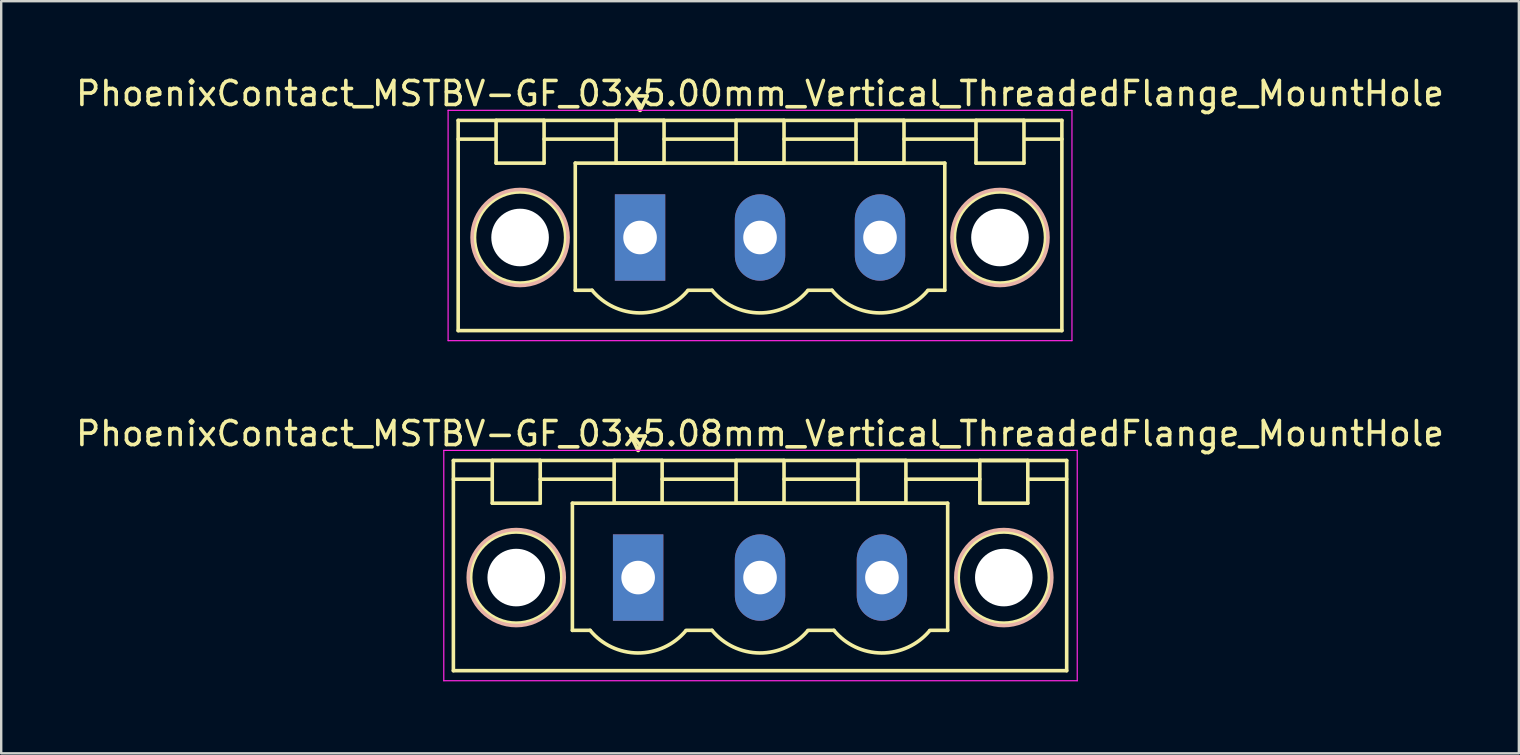
<source format=kicad_pcb>
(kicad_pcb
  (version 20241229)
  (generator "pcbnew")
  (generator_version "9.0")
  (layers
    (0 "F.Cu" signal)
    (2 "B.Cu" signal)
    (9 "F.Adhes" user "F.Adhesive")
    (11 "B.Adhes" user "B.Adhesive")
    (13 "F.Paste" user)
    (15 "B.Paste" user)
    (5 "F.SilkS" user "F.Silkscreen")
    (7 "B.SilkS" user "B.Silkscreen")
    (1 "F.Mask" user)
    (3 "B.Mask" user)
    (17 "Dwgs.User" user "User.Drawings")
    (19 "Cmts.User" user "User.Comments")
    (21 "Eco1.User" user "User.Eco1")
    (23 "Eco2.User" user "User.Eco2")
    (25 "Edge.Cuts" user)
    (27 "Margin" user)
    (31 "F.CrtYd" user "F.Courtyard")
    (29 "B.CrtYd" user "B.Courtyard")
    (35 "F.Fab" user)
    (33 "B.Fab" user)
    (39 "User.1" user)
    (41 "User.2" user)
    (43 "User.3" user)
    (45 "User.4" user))
  (footprint "PhoenixContact_MSTBV-GF_03x5.08mm_Vertical_ThreadedFlange_MountHole"
    (layer "F.Cu")
    (at 23.545 21.021)
    (property "Reference" "PhoenixContact_MSTBV-GF_03x5.08mm_Vertical_ThreadedFlange_MountHole" (at 5.08 -6 0) (layer "F.SilkS") (effects (font (size 1 1) (thickness 0.15))))
    (attr through_hole)
    (fp_line (start -7.7 -4.88) (end -7.7 3.88) (stroke (width 0.15) (type solid)) (layer "F.SilkS"))
    (fp_line (start -7.7 -4.1) (end -6.16 -4.1) (stroke (width 0.15) (type solid)) (layer "F.SilkS"))
    (fp_line (start -7.7 3.88) (end 17.86 3.88) (stroke (width 0.15) (type solid)) (layer "F.SilkS"))
    (fp_line (start -6.08 -4.88) (end -4.08 -4.88) (stroke (width 0.15) (type solid)) (layer "F.SilkS"))
    (fp_line (start -6.08 -3.1) (end -6.08 -4.88) (stroke (width 0.15) (type solid)) (layer "F.SilkS"))
    (fp_line (start -4.08 -4.88) (end -4.08 -3.1) (stroke (width 0.15) (type solid)) (layer "F.SilkS"))
    (fp_line (start -4.08 -4.1) (end -1 -4.1) (stroke (width 0.15) (type solid)) (layer "F.SilkS"))
    (fp_line (start -4.08 -3.1) (end -6.08 -3.1) (stroke (width 0.15) (type solid)) (layer "F.SilkS"))
    (fp_line (start -2.74 -3.1) (end 12.9 -3.1) (stroke (width 0.15) (type solid)) (layer "F.SilkS"))
    (fp_line (start -2.74 2.2) (end -2.74 -3.1) (stroke (width 0.15) (type solid)) (layer "F.SilkS"))
    (fp_line (start -2 2.2) (end -2.74 2.2) (stroke (width 0.15) (type solid)) (layer "F.SilkS"))
    (fp_line (start -1 -4.88) (end 1 -4.88) (stroke (width 0.15) (type solid)) (layer "F.SilkS"))
    (fp_line (start -1 -3.1) (end -1 -4.88) (stroke (width 0.15) (type solid)) (layer "F.SilkS"))
    (fp_line (start -0.3 -5.9) (end 0 -5.3) (stroke (width 0.15) (type solid)) (layer "F.SilkS"))
    (fp_line (start 0 -5.3) (end 0.3 -5.9) (stroke (width 0.15) (type solid)) (layer "F.SilkS"))
    (fp_line (start 0.3 -5.9) (end -0.3 -5.9) (stroke (width 0.15) (type solid)) (layer "F.SilkS"))
    (fp_line (start 1 -4.88) (end 1 -3.1) (stroke (width 0.15) (type solid)) (layer "F.SilkS"))
    (fp_line (start 1 -4.1) (end 4.08 -4.1) (stroke (width 0.15) (type solid)) (layer "F.SilkS"))
    (fp_line (start 1 -3.1) (end -1 -3.1) (stroke (width 0.15) (type solid)) (layer "F.SilkS"))
    (fp_line (start 2 2.2) (end 3.08 2.2) (stroke (width 0.15) (type solid)) (layer "F.SilkS"))
    (fp_line (start 4.08 -4.88) (end 6.08 -4.88) (stroke (width 0.15) (type solid)) (layer "F.SilkS"))
    (fp_line (start 4.08 -3.1) (end 4.08 -4.88) (stroke (width 0.15) (type solid)) (layer "F.SilkS"))
    (fp_line (start 6.08 -4.88) (end 6.08 -3.1) (stroke (width 0.15) (type solid)) (layer "F.SilkS"))
    (fp_line (start 6.08 -4.1) (end 9.16 -4.1) (stroke (width 0.15) (type solid)) (layer "F.SilkS"))
    (fp_line (start 6.08 -3.1) (end 4.08 -3.1) (stroke (width 0.15) (type solid)) (layer "F.SilkS"))
    (fp_line (start 7.08 2.2) (end 8.16 2.2) (stroke (width 0.15) (type solid)) (layer "F.SilkS"))
    (fp_line (start 9.16 -4.88) (end 11.16 -4.88) (stroke (width 0.15) (type solid)) (layer "F.SilkS"))
    (fp_line (start 9.16 -3.1) (end 9.16 -4.88) (stroke (width 0.15) (type solid)) (layer "F.SilkS"))
    (fp_line (start 11.16 -4.88) (end 11.16 -3.1) (stroke (width 0.15) (type solid)) (layer "F.SilkS"))
    (fp_line (start 11.16 -4.1) (end 14.24 -4.1) (stroke (width 0.15) (type solid)) (layer "F.SilkS"))
    (fp_line (start 11.16 -3.1) (end 9.16 -3.1) (stroke (width 0.15) (type solid)) (layer "F.SilkS"))
    (fp_line (start 12.9 -3.1) (end 12.9 2.2) (stroke (width 0.15) (type solid)) (layer "F.SilkS"))
    (fp_line (start 12.9 2.2) (end 12.16 2.2) (stroke (width 0.15) (type solid)) (layer "F.SilkS"))
    (fp_line (start 14.24 -4.88) (end 16.24 -4.88) (stroke (width 0.15) (type solid)) (layer "F.SilkS"))
    (fp_line (start 14.24 -3.1) (end 14.24 -4.88) (stroke (width 0.15) (type solid)) (layer "F.SilkS"))
    (fp_line (start 16.24 -4.88) (end 16.24 -3.1) (stroke (width 0.15) (type solid)) (layer "F.SilkS"))
    (fp_line (start 16.24 -3.1) (end 14.24 -3.1) (stroke (width 0.15) (type solid)) (layer "F.SilkS"))
    (fp_line (start 17.86 -4.88) (end -7.7 -4.88) (stroke (width 0.15) (type solid)) (layer "F.SilkS"))
    (fp_line (start 17.86 -4.1) (end 16.32 -4.1) (stroke (width 0.15) (type solid)) (layer "F.SilkS"))
    (fp_line (start 17.86 3.88) (end 17.86 -4.88) (stroke (width 0.15) (type solid)) (layer "F.SilkS"))
    (fp_arc (start 1.986842 2.215821) (mid -0.010289 3.142758) (end -2 2.2) (stroke (width 0.15) (type solid)) (layer "F.SilkS"))
    (fp_arc (start 7.066842 2.215821) (mid 5.069711 3.142758) (end 3.08 2.2) (stroke (width 0.15) (type solid)) (layer "F.SilkS"))
    (fp_arc (start 12.146842 2.215821) (mid 10.149711 3.142758) (end 8.16 2.2) (stroke (width 0.15) (type solid)) (layer "F.SilkS"))
    (fp_circle (center -5.08 0) (end -3.18 0) (stroke (width 0.15) (type solid)) (fill no) (layer "F.SilkS"))
    (fp_circle (center 15.24 0) (end 17.14 0) (stroke (width 0.15) (type solid)) (fill no) (layer "F.SilkS"))
    (fp_circle (center -5.08 0) (end -3.08 0) (stroke (width 0.15) (type solid)) (fill no) (layer "B.SilkS"))
    (fp_circle (center 15.24 0) (end 17.24 0) (stroke (width 0.15) (type solid)) (fill no) (layer "B.SilkS"))
    (fp_line (start -8.1 -5.3) (end -8.1 4.3) (stroke (width 0.05) (type solid)) (layer "F.CrtYd"))
    (fp_line (start -8.1 4.3) (end 18.3 4.3) (stroke (width 0.05) (type solid)) (layer "F.CrtYd"))
    (fp_line (start 18.3 -5.3) (end -8.1 -5.3) (stroke (width 0.05) (type solid)) (layer "F.CrtYd"))
    (fp_line (start 18.3 4.3) (end 18.3 -5.3) (stroke (width 0.05) (type solid)) (layer "F.CrtYd"))
    (pad "" np_thru_hole circle (at -5.08 0) (size 2.4 2.4) (drill 2.4) (layers "*.Cu" "*.Mask"))
    (pad "" np_thru_hole circle (at 15.24 0) (size 2.4 2.4) (drill 2.4) (layers "*.Cu" "*.Mask"))
    (pad "1" thru_hole rect (at 0 0) (size 2.1 3.6) (drill 1.4) (layers "*.Cu" "*.Mask"))
    (pad "2" thru_hole oval (at 5.08 0) (size 2.1 3.6) (drill 1.4) (layers "*.Cu" "*.Mask"))
    (pad "3" thru_hole oval (at 10.16 0) (size 2.1 3.6) (drill 1.4) (layers "*.Cu" "*.Mask")))
  (footprint "PhoenixContact_MSTBV-GF_03x5.00mm_Vertical_ThreadedFlange_MountHole"
    (layer "F.Cu")
    (at 23.625 6.848)
    (property "Reference" "PhoenixContact_MSTBV-GF_03x5.00mm_Vertical_ThreadedFlange_MountHole" (at 5 -6 0) (layer "F.SilkS") (effects (font (size 1 1) (thickness 0.15))))
    (attr through_hole)
    (fp_line (start -7.58 -4.88) (end -7.58 3.88) (stroke (width 0.15) (type solid)) (layer "F.SilkS"))
    (fp_line (start -7.58 -4.1) (end -6.08 -4.1) (stroke (width 0.15) (type solid)) (layer "F.SilkS"))
    (fp_line (start -7.58 3.88) (end 17.58 3.88) (stroke (width 0.15) (type solid)) (layer "F.SilkS"))
    (fp_line (start -6 -4.88) (end -4 -4.88) (stroke (width 0.15) (type solid)) (layer "F.SilkS"))
    (fp_line (start -6 -3.1) (end -6 -4.88) (stroke (width 0.15) (type solid)) (layer "F.SilkS"))
    (fp_line (start -4 -4.88) (end -4 -3.1) (stroke (width 0.15) (type solid)) (layer "F.SilkS"))
    (fp_line (start -4 -4.1) (end -1 -4.1) (stroke (width 0.15) (type solid)) (layer "F.SilkS"))
    (fp_line (start -4 -3.1) (end -6 -3.1) (stroke (width 0.15) (type solid)) (layer "F.SilkS"))
    (fp_line (start -2.7 -3.1) (end 12.7 -3.1) (stroke (width 0.15) (type solid)) (layer "F.SilkS"))
    (fp_line (start -2.7 2.2) (end -2.7 -3.1) (stroke (width 0.15) (type solid)) (layer "F.SilkS"))
    (fp_line (start -2 2.2) (end -2.7 2.2) (stroke (width 0.15) (type solid)) (layer "F.SilkS"))
    (fp_line (start -1 -4.88) (end 1 -4.88) (stroke (width 0.15) (type solid)) (layer "F.SilkS"))
    (fp_line (start -1 -3.1) (end -1 -4.88) (stroke (width 0.15) (type solid)) (layer "F.SilkS"))
    (fp_line (start -0.3 -5.9) (end 0 -5.3) (stroke (width 0.15) (type solid)) (layer "F.SilkS"))
    (fp_line (start 0 -5.3) (end 0.3 -5.9) (stroke (width 0.15) (type solid)) (layer "F.SilkS"))
    (fp_line (start 0.3 -5.9) (end -0.3 -5.9) (stroke (width 0.15) (type solid)) (layer "F.SilkS"))
    (fp_line (start 1 -4.88) (end 1 -3.1) (stroke (width 0.15) (type solid)) (layer "F.SilkS"))
    (fp_line (start 1 -4.1) (end 4 -4.1) (stroke (width 0.15) (type solid)) (layer "F.SilkS"))
    (fp_line (start 1 -3.1) (end -1 -3.1) (stroke (width 0.15) (type solid)) (layer "F.SilkS"))
    (fp_line (start 2 2.2) (end 3 2.2) (stroke (width 0.15) (type solid)) (layer "F.SilkS"))
    (fp_line (start 4 -4.88) (end 6 -4.88) (stroke (width 0.15) (type solid)) (layer "F.SilkS"))
    (fp_line (start 4 -3.1) (end 4 -4.88) (stroke (width 0.15) (type solid)) (layer "F.SilkS"))
    (fp_line (start 6 -4.88) (end 6 -3.1) (stroke (width 0.15) (type solid)) (layer "F.SilkS"))
    (fp_line (start 6 -4.1) (end 9 -4.1) (stroke (width 0.15) (type solid)) (layer "F.SilkS"))
    (fp_line (start 6 -3.1) (end 4 -3.1) (stroke (width 0.15) (type solid)) (layer "F.SilkS"))
    (fp_line (start 7 2.2) (end 8 2.2) (stroke (width 0.15) (type solid)) (layer "F.SilkS"))
    (fp_line (start 9 -4.88) (end 11 -4.88) (stroke (width 0.15) (type solid)) (layer "F.SilkS"))
    (fp_line (start 9 -3.1) (end 9 -4.88) (stroke (width 0.15) (type solid)) (layer "F.SilkS"))
    (fp_line (start 11 -4.88) (end 11 -3.1) (stroke (width 0.15) (type solid)) (layer "F.SilkS"))
    (fp_line (start 11 -4.1) (end 14 -4.1) (stroke (width 0.15) (type solid)) (layer "F.SilkS"))
    (fp_line (start 11 -3.1) (end 9 -3.1) (stroke (width 0.15) (type solid)) (layer "F.SilkS"))
    (fp_line (start 12.7 -3.1) (end 12.7 2.2) (stroke (width 0.15) (type solid)) (layer "F.SilkS"))
    (fp_line (start 12.7 2.2) (end 12 2.2) (stroke (width 0.15) (type solid)) (layer "F.SilkS"))
    (fp_line (start 14 -4.88) (end 16 -4.88) (stroke (width 0.15) (type solid)) (layer "F.SilkS"))
    (fp_line (start 14 -3.1) (end 14 -4.88) (stroke (width 0.15) (type solid)) (layer "F.SilkS"))
    (fp_line (start 16 -4.88) (end 16 -3.1) (stroke (width 0.15) (type solid)) (layer "F.SilkS"))
    (fp_line (start 16 -3.1) (end 14 -3.1) (stroke (width 0.15) (type solid)) (layer "F.SilkS"))
    (fp_line (start 17.58 -4.88) (end -7.58 -4.88) (stroke (width 0.15) (type solid)) (layer "F.SilkS"))
    (fp_line (start 17.58 -4.1) (end 16.08 -4.1) (stroke (width 0.15) (type solid)) (layer "F.SilkS"))
    (fp_line (start 17.58 3.88) (end 17.58 -4.88) (stroke (width 0.15) (type solid)) (layer "F.SilkS"))
    (fp_arc (start 1.986842 2.215821) (mid -0.010289 3.142758) (end -2 2.2) (stroke (width 0.15) (type solid)) (layer "F.SilkS"))
    (fp_arc (start 6.986842 2.215821) (mid 4.989711 3.142758) (end 3 2.2) (stroke (width 0.15) (type solid)) (layer "F.SilkS"))
    (fp_arc (start 11.986842 2.215821) (mid 9.989711 3.142758) (end 8 2.2) (stroke (width 0.15) (type solid)) (layer "F.SilkS"))
    (fp_circle (center -5 0) (end -3.1 0) (stroke (width 0.15) (type solid)) (fill no) (layer "F.SilkS"))
    (fp_circle (center 15 0) (end 16.9 0) (stroke (width 0.15) (type solid)) (fill no) (layer "F.SilkS"))
    (fp_circle (center -5 0) (end -3 0) (stroke (width 0.15) (type solid)) (fill no) (layer "B.SilkS"))
    (fp_circle (center 15 0) (end 17 0) (stroke (width 0.15) (type solid)) (fill no) (layer "B.SilkS"))
    (fp_line (start -8 -5.3) (end -8 4.3) (stroke (width 0.05) (type solid)) (layer "F.CrtYd"))
    (fp_line (start -8 4.3) (end 18 4.3) (stroke (width 0.05) (type solid)) (layer "F.CrtYd"))
    (fp_line (start 18 -5.3) (end -8 -5.3) (stroke (width 0.05) (type solid)) (layer "F.CrtYd"))
    (fp_line (start 18 4.3) (end 18 -5.3) (stroke (width 0.05) (type solid)) (layer "F.CrtYd"))
    (pad "" np_thru_hole circle (at -5 0) (size 2.4 2.4) (drill 2.4) (layers "*.Cu" "*.Mask"))
    (pad "" np_thru_hole circle (at 15 0) (size 2.4 2.4) (drill 2.4) (layers "*.Cu" "*.Mask"))
    (pad "1" thru_hole rect (at 0 0) (size 2.1 3.6) (drill 1.4) (layers "*.Cu" "*.Mask"))
    (pad "2" thru_hole oval (at 5 0) (size 2.1 3.6) (drill 1.4) (layers "*.Cu" "*.Mask"))
    (pad "3" thru_hole oval (at 10 0) (size 2.1 3.6) (drill 1.4) (layers "*.Cu" "*.Mask")))
  (gr_rect
    (start -3 -3)
    (end 60.25 28.346)
    (stroke (width 0.1) (type default))
    (fill no)
    (layer "Edge.Cuts")))
</source>
